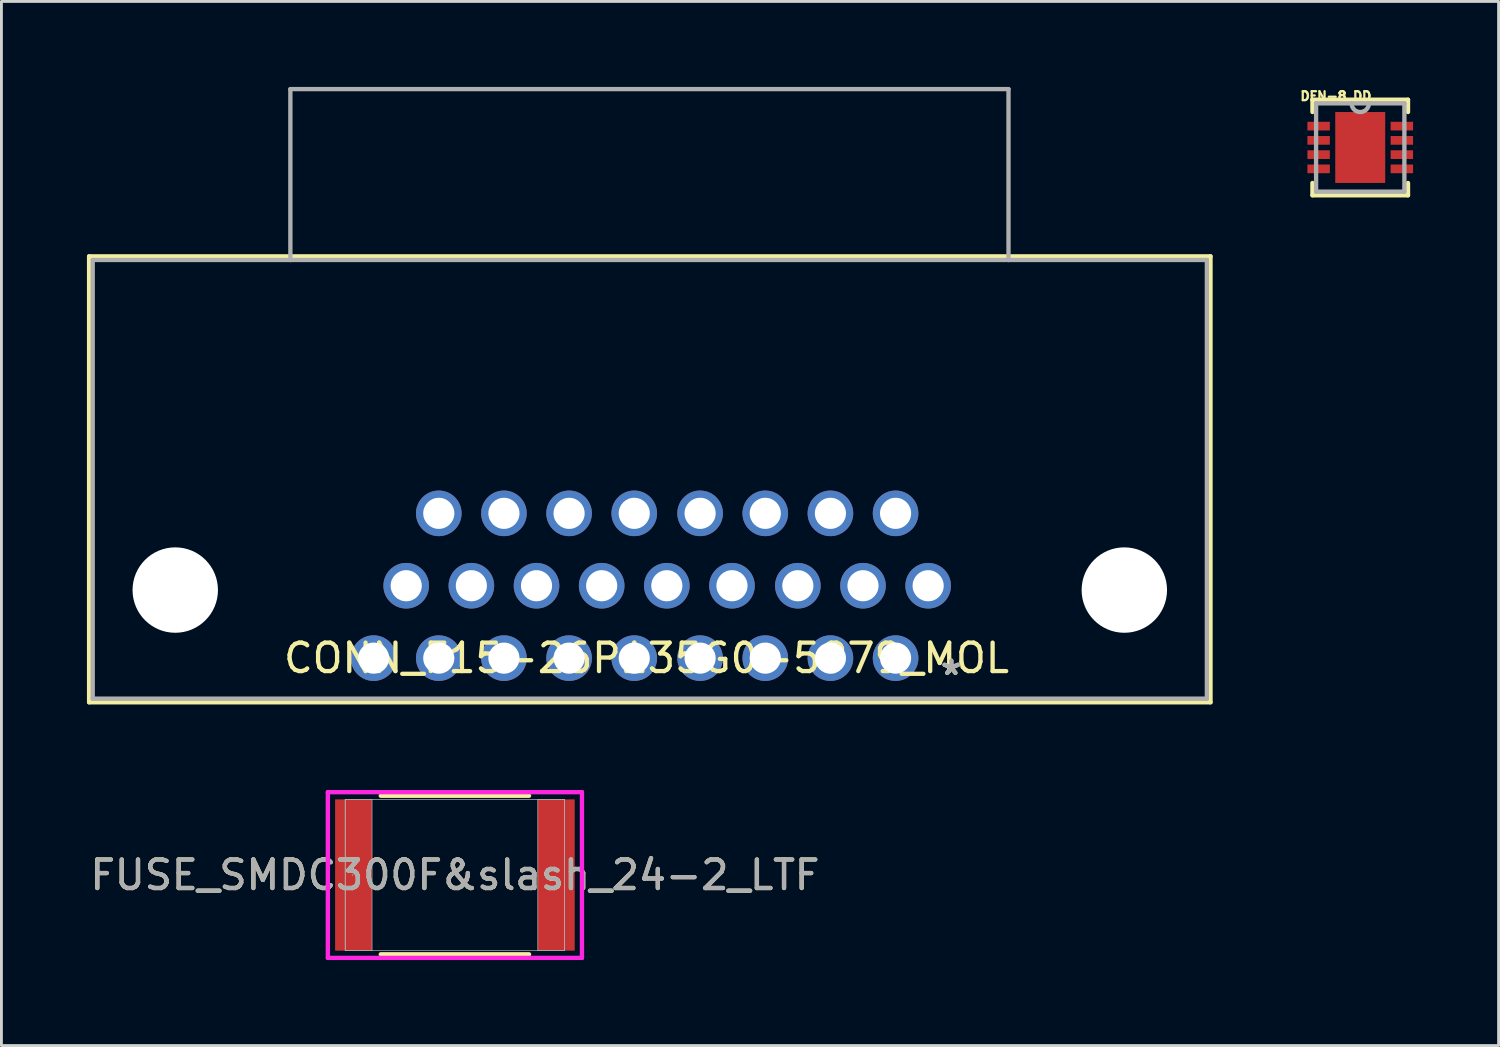
<source format=kicad_pcb>
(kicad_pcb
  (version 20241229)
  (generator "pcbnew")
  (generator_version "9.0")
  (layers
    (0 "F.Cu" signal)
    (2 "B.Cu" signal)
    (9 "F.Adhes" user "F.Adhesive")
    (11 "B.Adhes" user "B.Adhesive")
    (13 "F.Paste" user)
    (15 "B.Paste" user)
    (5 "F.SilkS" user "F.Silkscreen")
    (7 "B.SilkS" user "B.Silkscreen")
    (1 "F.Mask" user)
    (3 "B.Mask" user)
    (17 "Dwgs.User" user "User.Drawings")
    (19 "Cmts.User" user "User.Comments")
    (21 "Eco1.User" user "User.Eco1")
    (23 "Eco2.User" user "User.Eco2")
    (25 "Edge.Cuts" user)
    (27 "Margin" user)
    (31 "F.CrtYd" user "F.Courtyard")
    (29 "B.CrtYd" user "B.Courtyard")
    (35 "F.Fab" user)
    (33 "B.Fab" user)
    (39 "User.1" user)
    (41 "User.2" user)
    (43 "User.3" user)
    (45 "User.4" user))
  (footprint "FUSE_SMDC300F&slash_24-2_LTF"
    (layer "F.Cu")
    (at 12.911 27.651)
    (property "Reference" "FUSE_SMDC300F&slash_24-2_LTF" (at 0 0 0) (unlocked yes) (layer "F.SilkS") (effects (font (size 1 1) (thickness 0.15))))
    (attr smd)
    (fp_line (start -2.601 2.781) (end 2.601 2.781) (stroke (width 0.152) (type solid)) (layer "F.SilkS"))
    (fp_line (start 2.601 -2.781) (end -2.601 -2.781) (stroke (width 0.152) (type solid)) (layer "F.SilkS"))
    (fp_line (start -4.458 -2.908) (end 4.458 -2.908) (stroke (width 0.152) (type solid)) (layer "F.CrtYd"))
    (fp_line (start -4.458 2.908) (end -4.458 -2.908) (stroke (width 0.152) (type solid)) (layer "F.CrtYd"))
    (fp_line (start 4.458 -2.908) (end 4.458 2.908) (stroke (width 0.152) (type solid)) (layer "F.CrtYd"))
    (fp_line (start 4.458 2.908) (end -4.458 2.908) (stroke (width 0.152) (type solid)) (layer "F.CrtYd"))
    (fp_line (start -3.848 -2.654) (end -3.848 2.654) (stroke (width 0.025) (type solid)) (layer "F.Fab"))
    (fp_line (start -3.848 -2.654) (end -3.848 2.654) (stroke (width 0.025) (type solid)) (layer "F.Fab"))
    (fp_line (start -3.848 2.654) (end -2.908 2.654) (stroke (width 0.025) (type solid)) (layer "F.Fab"))
    (fp_line (start -3.848 2.654) (end 3.848 2.654) (stroke (width 0.025) (type solid)) (layer "F.Fab"))
    (fp_line (start -2.908 -2.654) (end -3.848 -2.654) (stroke (width 0.025) (type solid)) (layer "F.Fab"))
    (fp_line (start -2.908 2.654) (end -2.908 -2.654) (stroke (width 0.025) (type solid)) (layer "F.Fab"))
    (fp_line (start 2.908 -2.654) (end 2.908 2.654) (stroke (width 0.025) (type solid)) (layer "F.Fab"))
    (fp_line (start 2.908 2.654) (end 3.848 2.654) (stroke (width 0.025) (type solid)) (layer "F.Fab"))
    (fp_line (start 3.848 -2.654) (end -3.848 -2.654) (stroke (width 0.025) (type solid)) (layer "F.Fab"))
    (fp_line (start 3.848 -2.654) (end 2.908 -2.654) (stroke (width 0.025) (type solid)) (layer "F.Fab"))
    (fp_line (start 3.848 2.654) (end 3.848 -2.654) (stroke (width 0.025) (type solid)) (layer "F.Fab"))
    (fp_line (start 3.848 2.654) (end 3.848 -2.654) (stroke (width 0.025) (type solid)) (layer "F.Fab"))
    (fp_circle (center -3.594 0) (end -3.594 0) (stroke (width 0.025) (type solid)) (fill no) (layer "F.Fab"))
    (fp_text user "${REFERENCE}" (at 0 0 0) (unlocked yes) (layer "F.Fab") (effects (font (size 1 1) (thickness 0.15))))
    (pad "1" smd rect (at -3.556 0) (size 1.295 5.309) (layers "F.Cu" "F.Mask" "F.Paste"))
    (pad "2" smd rect (at 3.556 0) (size 1.295 5.309) (layers "F.Cu" "F.Mask" "F.Paste"))
    (zone (net_name "") (layer "F.Cu") (hatch full 0.508) (connect_pads) (min_thickness 0.254) (filled_areas_thickness no) (keepout (tracks not_allowed) (vias not_allowed) (pads allowed) (copperpour not_allowed) (footprints allowed)) (placement (enabled no)) (fill) (polygon (pts (xy 10.053 25.047) (xy 15.768 25.047) (xy 15.768 30.254) (xy 10.053 30.254)))))
  (footprint "DFN-8_DD"
    (layer "F.Cu")
    (at 44.675 2.125)
    (property "Reference" "DFN-8_DD" (at -0.854 -1.802 0) (layer "F.SilkS") (effects (font (size 0.315 0.315) (thickness 0.079))))
    (attr smd)
    (fp_line (start -1.676 -1.676) (end -1.676 -1.245) (stroke (width 0.152) (type solid)) (layer "F.SilkS"))
    (fp_line (start -1.676 1.245) (end -1.676 1.676) (stroke (width 0.152) (type solid)) (layer "F.SilkS"))
    (fp_line (start -1.676 1.676) (end 1.676 1.676) (stroke (width 0.152) (type solid)) (layer "F.SilkS"))
    (fp_line (start 1.676 -1.676) (end -1.676 -1.676) (stroke (width 0.152) (type solid)) (layer "F.SilkS"))
    (fp_line (start 1.676 -1.245) (end 1.676 -1.676) (stroke (width 0.152) (type solid)) (layer "F.SilkS"))
    (fp_line (start 1.676 1.676) (end 1.676 1.245) (stroke (width 0.152) (type solid)) (layer "F.SilkS"))
    (fp_poly (pts (xy -0.876 -1.245) (xy -0.876 1.245) (xy 0.876 1.245) (xy 0.876 -1.245)) (stroke (width 0.025) (type solid)) (fill yes) (layer "F.Paste"))
    (fp_line (start -1.549 -1.549) (end -1.549 1.549) (stroke (width 0.152) (type solid)) (layer "F.Fab"))
    (fp_line (start -1.549 1.549) (end 1.549 1.549) (stroke (width 0.152) (type solid)) (layer "F.Fab"))
    (fp_line (start -0.305 -1.549) (end -1.549 -1.549) (stroke (width 0.152) (type solid)) (layer "F.Fab"))
    (fp_line (start 0.305 -1.549) (end -0.305 -1.549) (stroke (width 0.152) (type solid)) (layer "F.Fab"))
    (fp_line (start 1.549 -1.549) (end 0.305 -1.549) (stroke (width 0.152) (type solid)) (layer "F.Fab"))
    (fp_line (start 1.549 1.549) (end 1.549 -1.549) (stroke (width 0.152) (type solid)) (layer "F.Fab"))
    (fp_arc (start 0.3048 -1.5494) (mid 0 -1.2446) (end -0.3048 -1.5494) (stroke (width 0.1524) (type solid)) (layer "F.Fab"))
    (pad "1" smd rect (at -1.46 -0.75) (size 0.787 0.305) (layers "F.Cu" "F.Mask" "F.Paste"))
    (pad "2" smd rect (at -1.46 -0.25) (size 0.787 0.305) (layers "F.Cu" "F.Mask" "F.Paste"))
    (pad "3" smd rect (at -1.46 0.25) (size 0.787 0.305) (layers "F.Cu" "F.Mask" "F.Paste"))
    (pad "4" smd rect (at -1.46 0.75) (size 0.787 0.305) (layers "F.Cu" "F.Mask" "F.Paste"))
    (pad "5" smd rect (at 1.46 0.75) (size 0.787 0.305) (layers "F.Cu" "F.Mask" "F.Paste"))
    (pad "6" smd rect (at 1.46 0.25) (size 0.787 0.305) (layers "F.Cu" "F.Mask" "F.Paste"))
    (pad "7" smd rect (at 1.46 -0.25) (size 0.787 0.305) (layers "F.Cu" "F.Mask" "F.Paste"))
    (pad "8" smd rect (at 1.46 -0.75) (size 0.787 0.305) (layers "F.Cu" "F.Mask" "F.Paste"))
    (pad "9" smd rect (at 0 0) (size 1.753 2.489) (layers "F.Cu" "F.Mask")))
  (footprint "CONN_F15-26P135G0-5979_MOL"
    (layer "F.Cu")
    (at 28.372 20.041)
    (property "Reference" "CONN_F15-26P135G0-5979_MOL" (at -8.738 0 0) (layer "F.SilkS") (effects (font (size 1 1) (thickness 0.15))))
    (attr through_hole)
    (fp_line (start -28.296 -14.097) (end -28.296 1.549) (stroke (width 0.152) (type solid)) (layer "F.SilkS"))
    (fp_line (start -28.296 1.549) (end 11.049 1.549) (stroke (width 0.152) (type solid)) (layer "F.SilkS"))
    (fp_line (start 11.049 -14.097) (end -28.296 -14.097) (stroke (width 0.152) (type solid)) (layer "F.SilkS"))
    (fp_line (start 11.049 1.549) (end 11.049 -14.097) (stroke (width 0.152) (type solid)) (layer "F.SilkS"))
    (fp_line (start -28.169 -13.97) (end -28.169 1.422) (stroke (width 0.152) (type solid)) (layer "F.Fab"))
    (fp_line (start -28.169 -13.97) (end -21.234 -13.97) (stroke (width 0.152) (type solid)) (layer "F.Fab"))
    (fp_line (start -28.169 1.422) (end 10.922 1.422) (stroke (width 0.152) (type solid)) (layer "F.Fab"))
    (fp_line (start -21.234 -19.964) (end -21.234 -13.97) (stroke (width 0.152) (type solid)) (layer "F.Fab"))
    (fp_line (start -21.234 -13.97) (end 3.962 -13.97) (stroke (width 0.152) (type solid)) (layer "F.Fab"))
    (fp_line (start 3.962 -19.964) (end -21.234 -19.964) (stroke (width 0.152) (type solid)) (layer "F.Fab"))
    (fp_line (start 3.962 -13.97) (end 3.962 -19.964) (stroke (width 0.152) (type solid)) (layer "F.Fab"))
    (fp_line (start 10.922 -13.97) (end 3.962 -13.97) (stroke (width 0.152) (type solid)) (layer "F.Fab"))
    (fp_line (start 10.922 1.422) (end 10.922 -13.97) (stroke (width 0.152) (type solid)) (layer "F.Fab"))
    (fp_text user "*" (at 1.956 0.635 0) (layer "F.SilkS") (effects (font (size 1 1) (thickness 0.15))))
    (fp_text user "*" (at 1.956 0.635 0) (layer "F.Fab") (effects (font (size 1 1) (thickness 0.15))))
    (pad "" np_thru_hole circle (at -25.273 -2.388) (size 2.997 2.997) (drill 2.997) (layers "*.Cu" "*.Mask"))
    (pad "" np_thru_hole circle (at 8.026 -2.388) (size 2.997 2.997) (drill 2.997) (layers "*.Cu" "*.Mask"))
    (pad "1" thru_hole circle (at 0 0) (size 1.6 1.6) (drill 1.092) (layers "*.Cu" "*.Mask"))
    (pad "2" thru_hole circle (at -2.286 0) (size 1.6 1.6) (drill 1.092) (layers "*.Cu" "*.Mask"))
    (pad "3" thru_hole circle (at -4.572 0) (size 1.6 1.6) (drill 1.092) (layers "*.Cu" "*.Mask"))
    (pad "4" thru_hole circle (at -6.858 0) (size 1.6 1.6) (drill 1.092) (layers "*.Cu" "*.Mask"))
    (pad "5" thru_hole circle (at -9.169 0) (size 1.6 1.6) (drill 1.092) (layers "*.Cu" "*.Mask"))
    (pad "6" thru_hole circle (at -11.455 0) (size 1.6 1.6) (drill 1.092) (layers "*.Cu" "*.Mask"))
    (pad "7" thru_hole circle (at -13.741 0) (size 1.6 1.6) (drill 1.092) (layers "*.Cu" "*.Mask"))
    (pad "8" thru_hole circle (at -16.027 0) (size 1.6 1.6) (drill 1.092) (layers "*.Cu" "*.Mask"))
    (pad "9" thru_hole circle (at -18.313 0) (size 1.6 1.6) (drill 1.092) (layers "*.Cu" "*.Mask"))
    (pad "10" thru_hole circle (at 1.143 -2.54) (size 1.6 1.6) (drill 1.092) (layers "*.Cu" "*.Mask"))
    (pad "11" thru_hole circle (at -1.143 -2.54) (size 1.6 1.6) (drill 1.092) (layers "*.Cu" "*.Mask"))
    (pad "12" thru_hole circle (at -3.429 -2.54) (size 1.6 1.6) (drill 1.092) (layers "*.Cu" "*.Mask"))
    (pad "13" thru_hole circle (at -5.74 -2.54) (size 1.6 1.6) (drill 1.092) (layers "*.Cu" "*.Mask"))
    (pad "14" thru_hole circle (at -8.026 -2.54) (size 1.6 1.6) (drill 1.092) (layers "*.Cu" "*.Mask"))
    (pad "15" thru_hole circle (at -10.312 -2.54) (size 1.6 1.6) (drill 1.092) (layers "*.Cu" "*.Mask"))
    (pad "16" thru_hole circle (at -12.598 -2.54) (size 1.6 1.6) (drill 1.092) (layers "*.Cu" "*.Mask"))
    (pad "17" thru_hole circle (at -14.884 -2.54) (size 1.6 1.6) (drill 1.092) (layers "*.Cu" "*.Mask"))
    (pad "18" thru_hole circle (at -17.17 -2.54) (size 1.6 1.6) (drill 1.092) (layers "*.Cu" "*.Mask"))
    (pad "19" thru_hole circle (at 0 -5.08) (size 1.6 1.6) (drill 1.092) (layers "*.Cu" "*.Mask"))
    (pad "20" thru_hole circle (at -2.286 -5.08) (size 1.6 1.6) (drill 1.092) (layers "*.Cu" "*.Mask"))
    (pad "21" thru_hole circle (at -4.572 -5.08) (size 1.6 1.6) (drill 1.092) (layers "*.Cu" "*.Mask"))
    (pad "22" thru_hole circle (at -6.858 -5.08) (size 1.6 1.6) (drill 1.092) (layers "*.Cu" "*.Mask"))
    (pad "23" thru_hole circle (at -9.169 -5.08) (size 1.6 1.6) (drill 1.092) (layers "*.Cu" "*.Mask"))
    (pad "24" thru_hole circle (at -11.455 -5.08) (size 1.6 1.6) (drill 1.092) (layers "*.Cu" "*.Mask"))
    (pad "25" thru_hole circle (at -13.741 -5.08) (size 1.6 1.6) (drill 1.092) (layers "*.Cu" "*.Mask"))
    (pad "26" thru_hole circle (at -16.027 -5.08) (size 1.6 1.6) (drill 1.092) (layers "*.Cu" "*.Mask")))
  (gr_rect
    (start -3 -3)
    (end 49.529 33.635)
    (stroke (width 0.1) (type default))
    (fill no)
    (layer "Edge.Cuts")))
</source>
